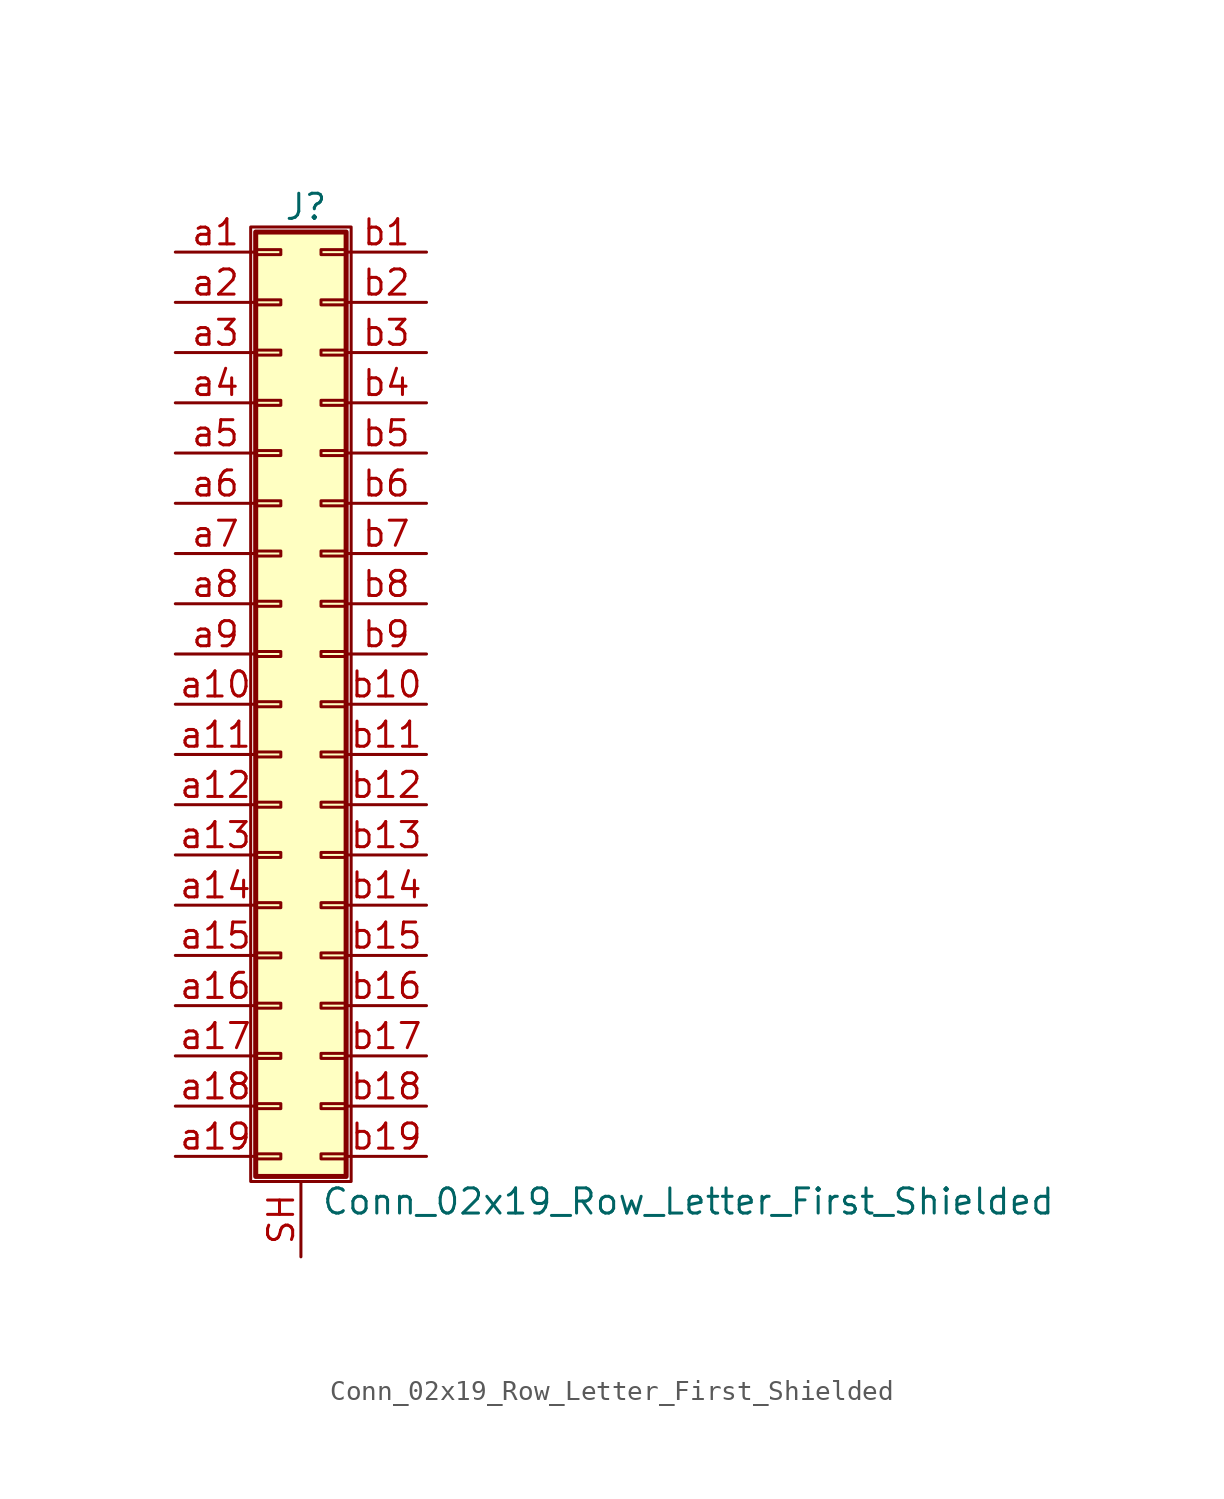
<source format=kicad_sym>
(kicad_symbol_lib
  (version 20201005)
  (generator kicad_symbol_editor)
  (symbol "Conn_02x19_Row_Letter_First_Shielded"
    (pin_names
      (offset 1.016) hide)
    (property "Reference" "J"
      (at 1.524 25.146 0)
      (effects (font (size 1.27 1.27))))
    (property "Value" "Conn_02x19_Row_Letter_First_Shielded"
      (at 2.286 -25.146 0)
      (effects (font (size 1.27 1.27)) (justify left)))
    (symbol "Conn_02x19_Row_Letter_First_Shielded_1_1"
      (rectangle (start -1.27 24.13) (end 3.81 -24.13) (stroke (width 0.152)) (fill (type none)))
      (rectangle (start -1.016 -22.733) (end 0.254 -22.987) (stroke (width 0.152)) (fill (type none)))
      (rectangle (start -1.016 -20.193) (end 0.254 -20.447) (stroke (width 0.152)) (fill (type none)))
      (rectangle (start -1.016 -17.653) (end 0.254 -17.907) (stroke (width 0.152)) (fill (type none)))
      (rectangle (start -1.016 -15.113) (end 0.254 -15.367) (stroke (width 0.152)) (fill (type none)))
      (rectangle (start -1.016 -12.573) (end 0.254 -12.827) (stroke (width 0.152)) (fill (type none)))
      (rectangle (start -1.016 -10.033) (end 0.254 -10.287) (stroke (width 0.152)) (fill (type none)))
      (rectangle (start -1.016 -7.493) (end 0.254 -7.747) (stroke (width 0.152)) (fill (type none)))
      (rectangle (start -1.016 -4.953) (end 0.254 -5.207) (stroke (width 0.152)) (fill (type none)))
      (rectangle (start -1.016 -2.413) (end 0.254 -2.667) (stroke (width 0.152)) (fill (type none)))
      (rectangle (start -1.016 0.127) (end 0.254 -0.127) (stroke (width 0.152)) (fill (type none)))
      (rectangle (start -1.016 2.667) (end 0.254 2.413) (stroke (width 0.152)) (fill (type none)))
      (rectangle (start -1.016 5.207) (end 0.254 4.953) (stroke (width 0.152)) (fill (type none)))
      (rectangle (start -1.016 7.747) (end 0.254 7.493) (stroke (width 0.152)) (fill (type none)))
      (rectangle (start -1.016 10.287) (end 0.254 10.033) (stroke (width 0.152)) (fill (type none)))
      (rectangle (start -1.016 12.827) (end 0.254 12.573) (stroke (width 0.152)) (fill (type none)))
      (rectangle (start -1.016 15.367) (end 0.254 15.113) (stroke (width 0.152)) (fill (type none)))
      (rectangle (start -1.016 17.907) (end 0.254 17.653) (stroke (width 0.152)) (fill (type none)))
      (rectangle (start -1.016 20.447) (end 0.254 20.193) (stroke (width 0.152)) (fill (type none)))
      (rectangle (start -1.016 22.987) (end 0.254 22.733) (stroke (width 0.152)) (fill (type none)))
      (rectangle (start 3.556 -22.733) (end 2.286 -22.987) (stroke (width 0.152)) (fill (type none)))
      (rectangle (start 3.556 -20.193) (end 2.286 -20.447) (stroke (width 0.152)) (fill (type none)))
      (rectangle (start 3.556 -17.653) (end 2.286 -17.907) (stroke (width 0.152)) (fill (type none)))
      (rectangle (start 3.556 -15.113) (end 2.286 -15.367) (stroke (width 0.152)) (fill (type none)))
      (rectangle (start 3.556 -12.573) (end 2.286 -12.827) (stroke (width 0.152)) (fill (type none)))
      (rectangle (start 3.556 -10.033) (end 2.286 -10.287) (stroke (width 0.152)) (fill (type none)))
      (rectangle (start 3.556 -7.493) (end 2.286 -7.747) (stroke (width 0.152)) (fill (type none)))
      (rectangle (start 3.556 -4.953) (end 2.286 -5.207) (stroke (width 0.152)) (fill (type none)))
      (rectangle (start 3.556 -2.413) (end 2.286 -2.667) (stroke (width 0.152)) (fill (type none)))
      (rectangle (start 3.556 0.127) (end 2.286 -0.127) (stroke (width 0.152)) (fill (type none)))
      (rectangle (start 3.556 2.667) (end 2.286 2.413) (stroke (width 0.152)) (fill (type none)))
      (rectangle (start 3.556 5.207) (end 2.286 4.953) (stroke (width 0.152)) (fill (type none)))
      (rectangle (start 3.556 7.747) (end 2.286 7.493) (stroke (width 0.152)) (fill (type none)))
      (rectangle (start 3.556 10.287) (end 2.286 10.033) (stroke (width 0.152)) (fill (type none)))
      (rectangle (start 3.556 12.827) (end 2.286 12.573) (stroke (width 0.152)) (fill (type none)))
      (rectangle (start 3.556 15.367) (end 2.286 15.113) (stroke (width 0.152)) (fill (type none)))
      (rectangle (start 3.556 17.907) (end 2.286 17.653) (stroke (width 0.152)) (fill (type none)))
      (rectangle (start 3.556 20.447) (end 2.286 20.193) (stroke (width 0.152)) (fill (type none)))
      (rectangle (start 3.556 22.987) (end 2.286 22.733) (stroke (width 0.152)) (fill (type none)))
      (rectangle (start -1.016 23.876) (end 3.556 -23.876) (stroke (width 0.254)) (fill (type background)))
      (pin passive line (at 1.27 -27.94 90) (length 3.81) (name "Shield" (effects (font (size 1.27 1.27)))) (number "SH" (effects (font (size 1.27 1.27)))))
      (pin passive line (at -5.08 22.86 0) (length 4.064) (name "Pin_a1" (effects (font (size 1.27 1.27)))) (number "a1" (effects (font (size 1.27 1.27)))))
      (pin passive line (at -5.08 0 0) (length 4.064) (name "Pin_a10" (effects (font (size 1.27 1.27)))) (number "a10" (effects (font (size 1.27 1.27)))))
      (pin passive line (at -5.08 -2.54 0) (length 4.064) (name "Pin_a11" (effects (font (size 1.27 1.27)))) (number "a11" (effects (font (size 1.27 1.27)))))
      (pin passive line (at -5.08 -5.08 0) (length 4.064) (name "Pin_a12" (effects (font (size 1.27 1.27)))) (number "a12" (effects (font (size 1.27 1.27)))))
      (pin passive line (at -5.08 -7.62 0) (length 4.064) (name "Pin_a13" (effects (font (size 1.27 1.27)))) (number "a13" (effects (font (size 1.27 1.27)))))
      (pin passive line (at -5.08 -10.16 0) (length 4.064) (name "Pin_a14" (effects (font (size 1.27 1.27)))) (number "a14" (effects (font (size 1.27 1.27)))))
      (pin passive line (at -5.08 -12.7 0) (length 4.064) (name "Pin_a15" (effects (font (size 1.27 1.27)))) (number "a15" (effects (font (size 1.27 1.27)))))
      (pin passive line (at -5.08 -15.24 0) (length 4.064) (name "Pin_a16" (effects (font (size 1.27 1.27)))) (number "a16" (effects (font (size 1.27 1.27)))))
      (pin passive line (at -5.08 -17.78 0) (length 4.064) (name "Pin_a17" (effects (font (size 1.27 1.27)))) (number "a17" (effects (font (size 1.27 1.27)))))
      (pin passive line (at -5.08 -20.32 0) (length 4.064) (name "Pin_a18" (effects (font (size 1.27 1.27)))) (number "a18" (effects (font (size 1.27 1.27)))))
      (pin passive line (at -5.08 -22.86 0) (length 4.064) (name "Pin_a19" (effects (font (size 1.27 1.27)))) (number "a19" (effects (font (size 1.27 1.27)))))
      (pin passive line (at -5.08 20.32 0) (length 4.064) (name "Pin_a2" (effects (font (size 1.27 1.27)))) (number "a2" (effects (font (size 1.27 1.27)))))
      (pin passive line (at -5.08 17.78 0) (length 4.064) (name "Pin_a3" (effects (font (size 1.27 1.27)))) (number "a3" (effects (font (size 1.27 1.27)))))
      (pin passive line (at -5.08 15.24 0) (length 4.064) (name "Pin_a4" (effects (font (size 1.27 1.27)))) (number "a4" (effects (font (size 1.27 1.27)))))
      (pin passive line (at -5.08 12.7 0) (length 4.064) (name "Pin_a5" (effects (font (size 1.27 1.27)))) (number "a5" (effects (font (size 1.27 1.27)))))
      (pin passive line (at -5.08 10.16 0) (length 4.064) (name "Pin_a6" (effects (font (size 1.27 1.27)))) (number "a6" (effects (font (size 1.27 1.27)))))
      (pin passive line (at -5.08 7.62 0) (length 4.064) (name "Pin_a7" (effects (font (size 1.27 1.27)))) (number "a7" (effects (font (size 1.27 1.27)))))
      (pin passive line (at -5.08 5.08 0) (length 4.064) (name "Pin_a8" (effects (font (size 1.27 1.27)))) (number "a8" (effects (font (size 1.27 1.27)))))
      (pin passive line (at -5.08 2.54 0) (length 4.064) (name "Pin_a9" (effects (font (size 1.27 1.27)))) (number "a9" (effects (font (size 1.27 1.27)))))
      (pin passive line (at 7.62 22.86 180) (length 4.064) (name "Pin_b1" (effects (font (size 1.27 1.27)))) (number "b1" (effects (font (size 1.27 1.27)))))
      (pin passive line (at 7.62 0 180) (length 4.064) (name "Pin_b10" (effects (font (size 1.27 1.27)))) (number "b10" (effects (font (size 1.27 1.27)))))
      (pin passive line (at 7.62 -2.54 180) (length 4.064) (name "Pin_b11" (effects (font (size 1.27 1.27)))) (number "b11" (effects (font (size 1.27 1.27)))))
      (pin passive line (at 7.62 -5.08 180) (length 4.064) (name "Pin_b12" (effects (font (size 1.27 1.27)))) (number "b12" (effects (font (size 1.27 1.27)))))
      (pin passive line (at 7.62 -7.62 180) (length 4.064) (name "Pin_b13" (effects (font (size 1.27 1.27)))) (number "b13" (effects (font (size 1.27 1.27)))))
      (pin passive line (at 7.62 -10.16 180) (length 4.064) (name "Pin_b14" (effects (font (size 1.27 1.27)))) (number "b14" (effects (font (size 1.27 1.27)))))
      (pin passive line (at 7.62 -12.7 180) (length 4.064) (name "Pin_b15" (effects (font (size 1.27 1.27)))) (number "b15" (effects (font (size 1.27 1.27)))))
      (pin passive line (at 7.62 -15.24 180) (length 4.064) (name "Pin_b16" (effects (font (size 1.27 1.27)))) (number "b16" (effects (font (size 1.27 1.27)))))
      (pin passive line (at 7.62 -17.78 180) (length 4.064) (name "Pin_b17" (effects (font (size 1.27 1.27)))) (number "b17" (effects (font (size 1.27 1.27)))))
      (pin passive line (at 7.62 -20.32 180) (length 4.064) (name "Pin_b18" (effects (font (size 1.27 1.27)))) (number "b18" (effects (font (size 1.27 1.27)))))
      (pin passive line (at 7.62 -22.86 180) (length 4.064) (name "Pin_b19" (effects (font (size 1.27 1.27)))) (number "b19" (effects (font (size 1.27 1.27)))))
      (pin passive line (at 7.62 20.32 180) (length 4.064) (name "Pin_b2" (effects (font (size 1.27 1.27)))) (number "b2" (effects (font (size 1.27 1.27)))))
      (pin passive line (at 7.62 17.78 180) (length 4.064) (name "Pin_b3" (effects (font (size 1.27 1.27)))) (number "b3" (effects (font (size 1.27 1.27)))))
      (pin passive line (at 7.62 15.24 180) (length 4.064) (name "Pin_b4" (effects (font (size 1.27 1.27)))) (number "b4" (effects (font (size 1.27 1.27)))))
      (pin passive line (at 7.62 12.7 180) (length 4.064) (name "Pin_b5" (effects (font (size 1.27 1.27)))) (number "b5" (effects (font (size 1.27 1.27)))))
      (pin passive line (at 7.62 10.16 180) (length 4.064) (name "Pin_b6" (effects (font (size 1.27 1.27)))) (number "b6" (effects (font (size 1.27 1.27)))))
      (pin passive line (at 7.62 7.62 180) (length 4.064) (name "Pin_b7" (effects (font (size 1.27 1.27)))) (number "b7" (effects (font (size 1.27 1.27)))))
      (pin passive line (at 7.62 5.08 180) (length 4.064) (name "Pin_b8" (effects (font (size 1.27 1.27)))) (number "b8" (effects (font (size 1.27 1.27)))))
      (pin passive line (at 7.62 2.54 180) (length 4.064) (name "Pin_b9" (effects (font (size 1.27 1.27)))) (number "b9" (effects (font (size 1.27 1.27))))))))
</source>
